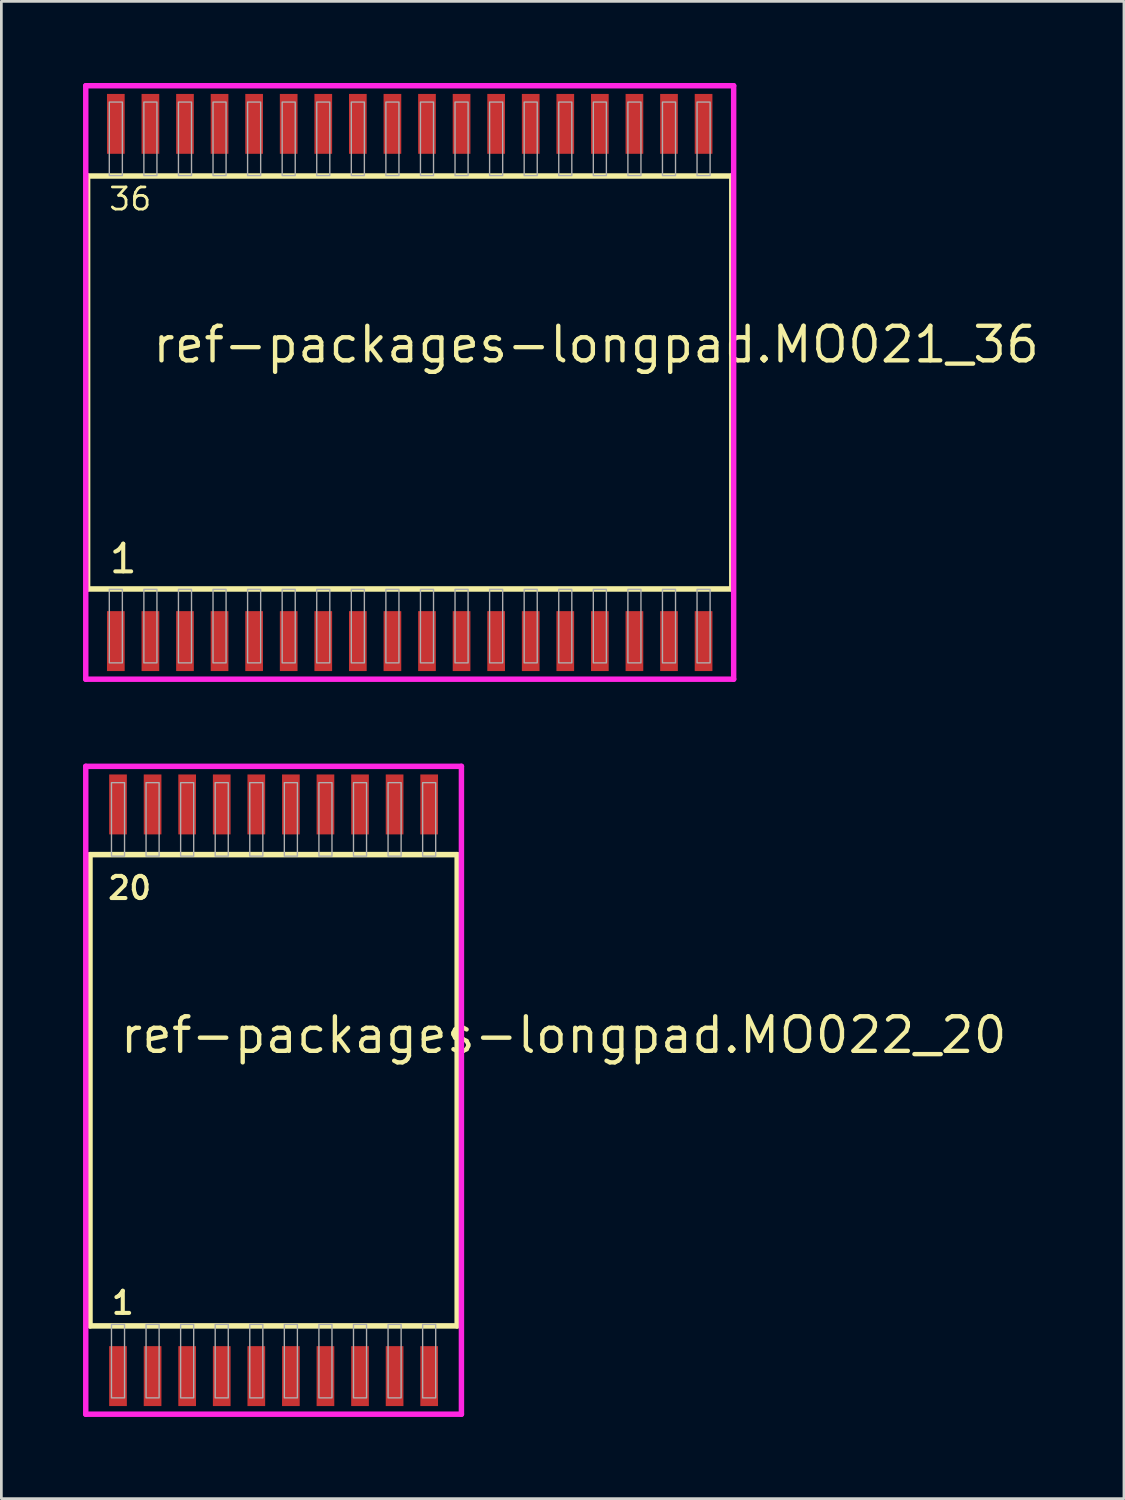
<source format=kicad_pcb>
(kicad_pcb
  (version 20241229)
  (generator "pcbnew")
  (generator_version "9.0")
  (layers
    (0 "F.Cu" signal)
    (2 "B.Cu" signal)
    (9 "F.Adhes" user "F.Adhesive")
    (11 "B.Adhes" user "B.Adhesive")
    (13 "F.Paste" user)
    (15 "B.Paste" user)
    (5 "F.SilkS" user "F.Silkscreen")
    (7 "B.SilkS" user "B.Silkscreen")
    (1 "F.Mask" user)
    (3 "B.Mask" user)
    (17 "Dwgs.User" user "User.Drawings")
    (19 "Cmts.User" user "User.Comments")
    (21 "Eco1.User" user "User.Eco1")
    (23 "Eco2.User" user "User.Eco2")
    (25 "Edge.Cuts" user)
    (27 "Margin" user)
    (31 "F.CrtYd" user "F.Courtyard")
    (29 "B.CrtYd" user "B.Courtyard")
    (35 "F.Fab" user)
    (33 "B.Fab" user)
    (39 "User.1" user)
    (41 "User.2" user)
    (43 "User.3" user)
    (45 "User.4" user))
  (footprint "ref-packages-longpad.MO022_20"
    (layer "F.Cu")
    (at 7 37)
    (property "Reference" "ref-packages-longpad.MO022_20" (at -5.715 -1.285 0) (layer "F.SilkS") (effects (font (size 1.27 1.27) (thickness 0.16)) (justify left bottom)))
    (attr smd)
    (fp_line (start -6.745 -8.655) (end 6.745 -8.655) (stroke (width 0.203) (type default)) (layer "F.SilkS"))
    (fp_line (start -6.745 8.655) (end -6.745 -8.655) (stroke (width 0.203) (type default)) (layer "F.SilkS"))
    (fp_line (start 6.745 -8.655) (end 6.745 8.655) (stroke (width 0.203) (type default)) (layer "F.SilkS"))
    (fp_line (start 6.745 8.655) (end -6.745 8.655) (stroke (width 0.203) (type default)) (layer "F.SilkS"))
    (fp_line (start -6.9 -11.9) (end 6.9 -11.9) (stroke (width 0.2) (type default)) (layer "F.CrtYd"))
    (fp_line (start -6.9 11.9) (end -6.9 -11.9) (stroke (width 0.2) (type default)) (layer "F.CrtYd"))
    (fp_line (start 6.9 -11.9) (end 6.9 11.9) (stroke (width 0.2) (type default)) (layer "F.CrtYd"))
    (fp_line (start 6.9 11.9) (end -6.9 11.9) (stroke (width 0.2) (type default)) (layer "F.CrtYd"))
    (fp_rect (start -5.955 -8.6) (end -5.475 -11.3) (stroke (width 0.05) (type default)) (fill no) (layer "F.Fab"))
    (fp_rect (start -5.955 11.3) (end -5.475 8.6) (stroke (width 0.05) (type default)) (fill no) (layer "F.Fab"))
    (fp_rect (start -4.685 -8.6) (end -4.205 -11.3) (stroke (width 0.05) (type default)) (fill no) (layer "F.Fab"))
    (fp_rect (start -4.685 11.3) (end -4.205 8.6) (stroke (width 0.05) (type default)) (fill no) (layer "F.Fab"))
    (fp_rect (start -3.415 -8.6) (end -2.935 -11.3) (stroke (width 0.05) (type default)) (fill no) (layer "F.Fab"))
    (fp_rect (start -3.415 11.3) (end -2.935 8.6) (stroke (width 0.05) (type default)) (fill no) (layer "F.Fab"))
    (fp_rect (start -2.145 -8.6) (end -1.665 -11.3) (stroke (width 0.05) (type default)) (fill no) (layer "F.Fab"))
    (fp_rect (start -2.145 11.3) (end -1.665 8.6) (stroke (width 0.05) (type default)) (fill no) (layer "F.Fab"))
    (fp_rect (start -0.875 -8.6) (end -0.395 -11.3) (stroke (width 0.05) (type default)) (fill no) (layer "F.Fab"))
    (fp_rect (start -0.875 11.3) (end -0.395 8.6) (stroke (width 0.05) (type default)) (fill no) (layer "F.Fab"))
    (fp_rect (start 0.395 -8.6) (end 0.875 -11.3) (stroke (width 0.05) (type default)) (fill no) (layer "F.Fab"))
    (fp_rect (start 0.395 11.3) (end 0.875 8.6) (stroke (width 0.05) (type default)) (fill no) (layer "F.Fab"))
    (fp_rect (start 1.665 -8.6) (end 2.145 -11.3) (stroke (width 0.05) (type default)) (fill no) (layer "F.Fab"))
    (fp_rect (start 1.665 11.3) (end 2.145 8.6) (stroke (width 0.05) (type default)) (fill no) (layer "F.Fab"))
    (fp_rect (start 2.935 -8.6) (end 3.415 -11.3) (stroke (width 0.05) (type default)) (fill no) (layer "F.Fab"))
    (fp_rect (start 2.935 11.3) (end 3.415 8.6) (stroke (width 0.05) (type default)) (fill no) (layer "F.Fab"))
    (fp_rect (start 4.205 -8.6) (end 4.685 -11.3) (stroke (width 0.05) (type default)) (fill no) (layer "F.Fab"))
    (fp_rect (start 4.205 11.3) (end 4.685 8.6) (stroke (width 0.05) (type default)) (fill no) (layer "F.Fab"))
    (fp_rect (start 5.475 -8.6) (end 5.955 -11.3) (stroke (width 0.05) (type default)) (fill no) (layer "F.Fab"))
    (fp_rect (start 5.475 11.3) (end 5.955 8.6) (stroke (width 0.05) (type default)) (fill no) (layer "F.Fab"))
    (fp_text user "20" (at -6.161 -6.955 0) (layer "F.SilkS") (effects (font (size 0.813 0.813) (thickness 0.15)) (justify left bottom)))
    (fp_text user "1" (at -6.026 8.285 0) (layer "F.SilkS") (effects (font (size 0.813 0.813) (thickness 0.15)) (justify left bottom)))
    (pad "1" smd roundrect (at -5.715 10.5) (size 0.65 2.2) (layers "F.Cu" "F.Mask" "F.Paste") (roundrect_rratio 0.01))
    (pad "2" smd roundrect (at -4.445 10.5) (size 0.65 2.2) (layers "F.Cu" "F.Mask" "F.Paste") (roundrect_rratio 0.01))
    (pad "3" smd roundrect (at -3.175 10.5) (size 0.65 2.2) (layers "F.Cu" "F.Mask" "F.Paste") (roundrect_rratio 0.01))
    (pad "4" smd roundrect (at -1.905 10.5) (size 0.65 2.2) (layers "F.Cu" "F.Mask" "F.Paste") (roundrect_rratio 0.01))
    (pad "5" smd roundrect (at -0.635 10.5) (size 0.65 2.2) (layers "F.Cu" "F.Mask" "F.Paste") (roundrect_rratio 0.01))
    (pad "6" smd roundrect (at 0.635 10.5) (size 0.65 2.2) (layers "F.Cu" "F.Mask" "F.Paste") (roundrect_rratio 0.01))
    (pad "7" smd roundrect (at 1.905 10.5) (size 0.65 2.2) (layers "F.Cu" "F.Mask" "F.Paste") (roundrect_rratio 0.01))
    (pad "8" smd roundrect (at 3.175 10.5) (size 0.65 2.2) (layers "F.Cu" "F.Mask" "F.Paste") (roundrect_rratio 0.01))
    (pad "9" smd roundrect (at 4.445 10.5) (size 0.65 2.2) (layers "F.Cu" "F.Mask" "F.Paste") (roundrect_rratio 0.01))
    (pad "10" smd roundrect (at 5.715 10.5) (size 0.65 2.2) (layers "F.Cu" "F.Mask" "F.Paste") (roundrect_rratio 0.01))
    (pad "11" smd roundrect (at 5.715 -10.5) (size 0.65 2.2) (layers "F.Cu" "F.Mask" "F.Paste") (roundrect_rratio 0.01))
    (pad "12" smd roundrect (at 4.445 -10.5) (size 0.65 2.2) (layers "F.Cu" "F.Mask" "F.Paste") (roundrect_rratio 0.01))
    (pad "13" smd roundrect (at 3.175 -10.5) (size 0.65 2.2) (layers "F.Cu" "F.Mask" "F.Paste") (roundrect_rratio 0.01))
    (pad "14" smd roundrect (at 1.905 -10.5) (size 0.65 2.2) (layers "F.Cu" "F.Mask" "F.Paste") (roundrect_rratio 0.01))
    (pad "15" smd roundrect (at 0.635 -10.5) (size 0.65 2.2) (layers "F.Cu" "F.Mask" "F.Paste") (roundrect_rratio 0.01))
    (pad "16" smd roundrect (at -0.635 -10.5) (size 0.65 2.2) (layers "F.Cu" "F.Mask" "F.Paste") (roundrect_rratio 0.01))
    (pad "17" smd roundrect (at -1.905 -10.5) (size 0.65 2.2) (layers "F.Cu" "F.Mask" "F.Paste") (roundrect_rratio 0.01))
    (pad "18" smd roundrect (at -3.175 -10.5) (size 0.65 2.2) (layers "F.Cu" "F.Mask" "F.Paste") (roundrect_rratio 0.01))
    (pad "19" smd roundrect (at -4.445 -10.5) (size 0.65 2.2) (layers "F.Cu" "F.Mask" "F.Paste") (roundrect_rratio 0.01))
    (pad "20" smd roundrect (at -5.715 -10.5) (size 0.65 2.2) (layers "F.Cu" "F.Mask" "F.Paste") (roundrect_rratio 0.01)))
  (footprint "ref-packages-longpad.MO021_36"
    (layer "F.Cu")
    (at 12 11)
    (property "Reference" "ref-packages-longpad.MO021_36" (at -9.525 -0.65 0) (layer "F.SilkS") (effects (font (size 1.27 1.27) (thickness 0.16)) (justify left bottom)))
    (attr smd)
    (fp_line (start -11.833 -7.585) (end 11.833 -7.585) (stroke (width 0.203) (type default)) (layer "F.SilkS"))
    (fp_line (start -11.833 7.585) (end -11.833 -7.585) (stroke (width 0.203) (type default)) (layer "F.SilkS"))
    (fp_line (start 11.833 -7.585) (end 11.833 7.585) (stroke (width 0.203) (type default)) (layer "F.SilkS"))
    (fp_line (start 11.833 7.585) (end -11.833 7.585) (stroke (width 0.203) (type default)) (layer "F.SilkS"))
    (fp_line (start -11.9 -10.9) (end 11.9 -10.9) (stroke (width 0.2) (type default)) (layer "F.CrtYd"))
    (fp_line (start -11.9 10.9) (end -11.9 -10.9) (stroke (width 0.2) (type default)) (layer "F.CrtYd"))
    (fp_line (start 11.9 -10.9) (end 11.9 10.9) (stroke (width 0.2) (type default)) (layer "F.CrtYd"))
    (fp_line (start 11.9 10.9) (end -11.9 10.9) (stroke (width 0.2) (type default)) (layer "F.CrtYd"))
    (fp_rect (start -11.035 -7.6) (end -10.555 -10.3) (stroke (width 0.05) (type default)) (fill no) (layer "F.Fab"))
    (fp_rect (start -11.035 10.3) (end -10.555 7.6) (stroke (width 0.05) (type default)) (fill no) (layer "F.Fab"))
    (fp_rect (start -9.765 -7.6) (end -9.285 -10.3) (stroke (width 0.05) (type default)) (fill no) (layer "F.Fab"))
    (fp_rect (start -9.765 10.3) (end -9.285 7.6) (stroke (width 0.05) (type default)) (fill no) (layer "F.Fab"))
    (fp_rect (start -8.495 -7.6) (end -8.015 -10.3) (stroke (width 0.05) (type default)) (fill no) (layer "F.Fab"))
    (fp_rect (start -8.495 10.3) (end -8.015 7.6) (stroke (width 0.05) (type default)) (fill no) (layer "F.Fab"))
    (fp_rect (start -7.225 -7.6) (end -6.745 -10.3) (stroke (width 0.05) (type default)) (fill no) (layer "F.Fab"))
    (fp_rect (start -7.225 10.3) (end -6.745 7.6) (stroke (width 0.05) (type default)) (fill no) (layer "F.Fab"))
    (fp_rect (start -5.955 -7.6) (end -5.475 -10.3) (stroke (width 0.05) (type default)) (fill no) (layer "F.Fab"))
    (fp_rect (start -5.955 10.3) (end -5.475 7.6) (stroke (width 0.05) (type default)) (fill no) (layer "F.Fab"))
    (fp_rect (start -4.685 -7.6) (end -4.205 -10.3) (stroke (width 0.05) (type default)) (fill no) (layer "F.Fab"))
    (fp_rect (start -4.685 10.3) (end -4.205 7.6) (stroke (width 0.05) (type default)) (fill no) (layer "F.Fab"))
    (fp_rect (start -3.415 -7.6) (end -2.935 -10.3) (stroke (width 0.05) (type default)) (fill no) (layer "F.Fab"))
    (fp_rect (start -3.415 10.3) (end -2.935 7.6) (stroke (width 0.05) (type default)) (fill no) (layer "F.Fab"))
    (fp_rect (start -2.145 -7.6) (end -1.665 -10.3) (stroke (width 0.05) (type default)) (fill no) (layer "F.Fab"))
    (fp_rect (start -2.145 10.3) (end -1.665 7.6) (stroke (width 0.05) (type default)) (fill no) (layer "F.Fab"))
    (fp_rect (start -0.875 -7.6) (end -0.395 -10.3) (stroke (width 0.05) (type default)) (fill no) (layer "F.Fab"))
    (fp_rect (start -0.875 10.3) (end -0.395 7.6) (stroke (width 0.05) (type default)) (fill no) (layer "F.Fab"))
    (fp_rect (start 0.395 -7.6) (end 0.875 -10.3) (stroke (width 0.05) (type default)) (fill no) (layer "F.Fab"))
    (fp_rect (start 0.395 10.3) (end 0.875 7.6) (stroke (width 0.05) (type default)) (fill no) (layer "F.Fab"))
    (fp_rect (start 1.665 -7.6) (end 2.145 -10.3) (stroke (width 0.05) (type default)) (fill no) (layer "F.Fab"))
    (fp_rect (start 1.665 10.3) (end 2.145 7.6) (stroke (width 0.05) (type default)) (fill no) (layer "F.Fab"))
    (fp_rect (start 2.935 -7.6) (end 3.415 -10.3) (stroke (width 0.05) (type default)) (fill no) (layer "F.Fab"))
    (fp_rect (start 2.935 10.3) (end 3.415 7.6) (stroke (width 0.05) (type default)) (fill no) (layer "F.Fab"))
    (fp_rect (start 4.205 -7.6) (end 4.685 -10.3) (stroke (width 0.05) (type default)) (fill no) (layer "F.Fab"))
    (fp_rect (start 4.205 10.3) (end 4.685 7.6) (stroke (width 0.05) (type default)) (fill no) (layer "F.Fab"))
    (fp_rect (start 5.475 -7.6) (end 5.955 -10.3) (stroke (width 0.05) (type default)) (fill no) (layer "F.Fab"))
    (fp_rect (start 5.475 10.3) (end 5.955 7.6) (stroke (width 0.05) (type default)) (fill no) (layer "F.Fab"))
    (fp_rect (start 6.745 -7.6) (end 7.225 -10.3) (stroke (width 0.05) (type default)) (fill no) (layer "F.Fab"))
    (fp_rect (start 6.745 10.3) (end 7.225 7.6) (stroke (width 0.05) (type default)) (fill no) (layer "F.Fab"))
    (fp_rect (start 8.015 -7.6) (end 8.495 -10.3) (stroke (width 0.05) (type default)) (fill no) (layer "F.Fab"))
    (fp_rect (start 8.015 10.3) (end 8.495 7.6) (stroke (width 0.05) (type default)) (fill no) (layer "F.Fab"))
    (fp_rect (start 9.285 -7.6) (end 9.765 -10.3) (stroke (width 0.05) (type default)) (fill no) (layer "F.Fab"))
    (fp_rect (start 9.285 10.3) (end 9.765 7.6) (stroke (width 0.05) (type default)) (fill no) (layer "F.Fab"))
    (fp_rect (start 10.555 -7.6) (end 11.035 -10.3) (stroke (width 0.05) (type default)) (fill no) (layer "F.Fab"))
    (fp_rect (start 10.555 10.3) (end 11.035 7.6) (stroke (width 0.05) (type default)) (fill no) (layer "F.Fab"))
    (fp_text user "1" (at -11.106 7.07 0) (layer "F.SilkS") (effects (font (size 1.016 1.016) (thickness 0.15)) (justify left bottom)))
    (fp_text user "36" (at -11.106 -6.265 0) (layer "F.SilkS") (effects (font (size 0.813 0.813) (thickness 0.1)) (justify left bottom)))
    (pad "1" smd roundrect (at -10.795 9.5) (size 0.65 2.2) (layers "F.Cu" "F.Mask" "F.Paste") (roundrect_rratio 0.01))
    (pad "2" smd roundrect (at -9.525 9.5) (size 0.65 2.2) (layers "F.Cu" "F.Mask" "F.Paste") (roundrect_rratio 0.01))
    (pad "3" smd roundrect (at -8.255 9.5) (size 0.65 2.2) (layers "F.Cu" "F.Mask" "F.Paste") (roundrect_rratio 0.01))
    (pad "4" smd roundrect (at -6.985 9.5) (size 0.65 2.2) (layers "F.Cu" "F.Mask" "F.Paste") (roundrect_rratio 0.01))
    (pad "5" smd roundrect (at -5.715 9.5) (size 0.65 2.2) (layers "F.Cu" "F.Mask" "F.Paste") (roundrect_rratio 0.01))
    (pad "6" smd roundrect (at -4.445 9.5) (size 0.65 2.2) (layers "F.Cu" "F.Mask" "F.Paste") (roundrect_rratio 0.01))
    (pad "7" smd roundrect (at -3.175 9.5) (size 0.65 2.2) (layers "F.Cu" "F.Mask" "F.Paste") (roundrect_rratio 0.01))
    (pad "8" smd roundrect (at -1.905 9.5) (size 0.65 2.2) (layers "F.Cu" "F.Mask" "F.Paste") (roundrect_rratio 0.01))
    (pad "9" smd roundrect (at -0.635 9.5) (size 0.65 2.2) (layers "F.Cu" "F.Mask" "F.Paste") (roundrect_rratio 0.01))
    (pad "10" smd roundrect (at 0.635 9.5) (size 0.65 2.2) (layers "F.Cu" "F.Mask" "F.Paste") (roundrect_rratio 0.01))
    (pad "11" smd roundrect (at 1.905 9.5) (size 0.65 2.2) (layers "F.Cu" "F.Mask" "F.Paste") (roundrect_rratio 0.01))
    (pad "12" smd roundrect (at 3.175 9.5) (size 0.65 2.2) (layers "F.Cu" "F.Mask" "F.Paste") (roundrect_rratio 0.01))
    (pad "13" smd roundrect (at 4.445 9.5) (size 0.65 2.2) (layers "F.Cu" "F.Mask" "F.Paste") (roundrect_rratio 0.01))
    (pad "14" smd roundrect (at 5.715 9.5) (size 0.65 2.2) (layers "F.Cu" "F.Mask" "F.Paste") (roundrect_rratio 0.01))
    (pad "15" smd roundrect (at 6.985 9.5) (size 0.65 2.2) (layers "F.Cu" "F.Mask" "F.Paste") (roundrect_rratio 0.01))
    (pad "16" smd roundrect (at 8.255 9.5) (size 0.65 2.2) (layers "F.Cu" "F.Mask" "F.Paste") (roundrect_rratio 0.01))
    (pad "17" smd roundrect (at 9.525 9.5) (size 0.65 2.2) (layers "F.Cu" "F.Mask" "F.Paste") (roundrect_rratio 0.01))
    (pad "18" smd roundrect (at 10.795 9.5) (size 0.65 2.2) (layers "F.Cu" "F.Mask" "F.Paste") (roundrect_rratio 0.01))
    (pad "19" smd roundrect (at 10.795 -9.5) (size 0.65 2.2) (layers "F.Cu" "F.Mask" "F.Paste") (roundrect_rratio 0.01))
    (pad "20" smd roundrect (at 9.525 -9.5) (size 0.65 2.2) (layers "F.Cu" "F.Mask" "F.Paste") (roundrect_rratio 0.01))
    (pad "21" smd roundrect (at 8.255 -9.5) (size 0.65 2.2) (layers "F.Cu" "F.Mask" "F.Paste") (roundrect_rratio 0.01))
    (pad "22" smd roundrect (at 6.985 -9.5) (size 0.65 2.2) (layers "F.Cu" "F.Mask" "F.Paste") (roundrect_rratio 0.01))
    (pad "23" smd roundrect (at 5.715 -9.5) (size 0.65 2.2) (layers "F.Cu" "F.Mask" "F.Paste") (roundrect_rratio 0.01))
    (pad "24" smd roundrect (at 4.445 -9.5) (size 0.65 2.2) (layers "F.Cu" "F.Mask" "F.Paste") (roundrect_rratio 0.01))
    (pad "25" smd roundrect (at 3.175 -9.5) (size 0.65 2.2) (layers "F.Cu" "F.Mask" "F.Paste") (roundrect_rratio 0.01))
    (pad "26" smd roundrect (at 1.905 -9.5) (size 0.65 2.2) (layers "F.Cu" "F.Mask" "F.Paste") (roundrect_rratio 0.01))
    (pad "27" smd roundrect (at 0.635 -9.5) (size 0.65 2.2) (layers "F.Cu" "F.Mask" "F.Paste") (roundrect_rratio 0.01))
    (pad "28" smd roundrect (at -0.635 -9.5) (size 0.65 2.2) (layers "F.Cu" "F.Mask" "F.Paste") (roundrect_rratio 0.01))
    (pad "29" smd roundrect (at -1.905 -9.5) (size 0.65 2.2) (layers "F.Cu" "F.Mask" "F.Paste") (roundrect_rratio 0.01))
    (pad "30" smd roundrect (at -3.175 -9.5) (size 0.65 2.2) (layers "F.Cu" "F.Mask" "F.Paste") (roundrect_rratio 0.01))
    (pad "31" smd roundrect (at -4.445 -9.5) (size 0.65 2.2) (layers "F.Cu" "F.Mask" "F.Paste") (roundrect_rratio 0.01))
    (pad "32" smd roundrect (at -5.715 -9.5) (size 0.65 2.2) (layers "F.Cu" "F.Mask" "F.Paste") (roundrect_rratio 0.01))
    (pad "33" smd roundrect (at -6.985 -9.5) (size 0.65 2.2) (layers "F.Cu" "F.Mask" "F.Paste") (roundrect_rratio 0.01))
    (pad "34" smd roundrect (at -8.255 -9.5) (size 0.65 2.2) (layers "F.Cu" "F.Mask" "F.Paste") (roundrect_rratio 0.01))
    (pad "35" smd roundrect (at -9.525 -9.5) (size 0.65 2.2) (layers "F.Cu" "F.Mask" "F.Paste") (roundrect_rratio 0.01))
    (pad "36" smd roundrect (at -10.795 -9.5) (size 0.65 2.2) (layers "F.Cu" "F.Mask" "F.Paste") (roundrect_rratio 0.01)))
  (gr_rect
    (start -3 -3)
    (end 38.237 52)
    (stroke (width 0.1) (type default))
    (fill no)
    (layer "Edge.Cuts")))
</source>
